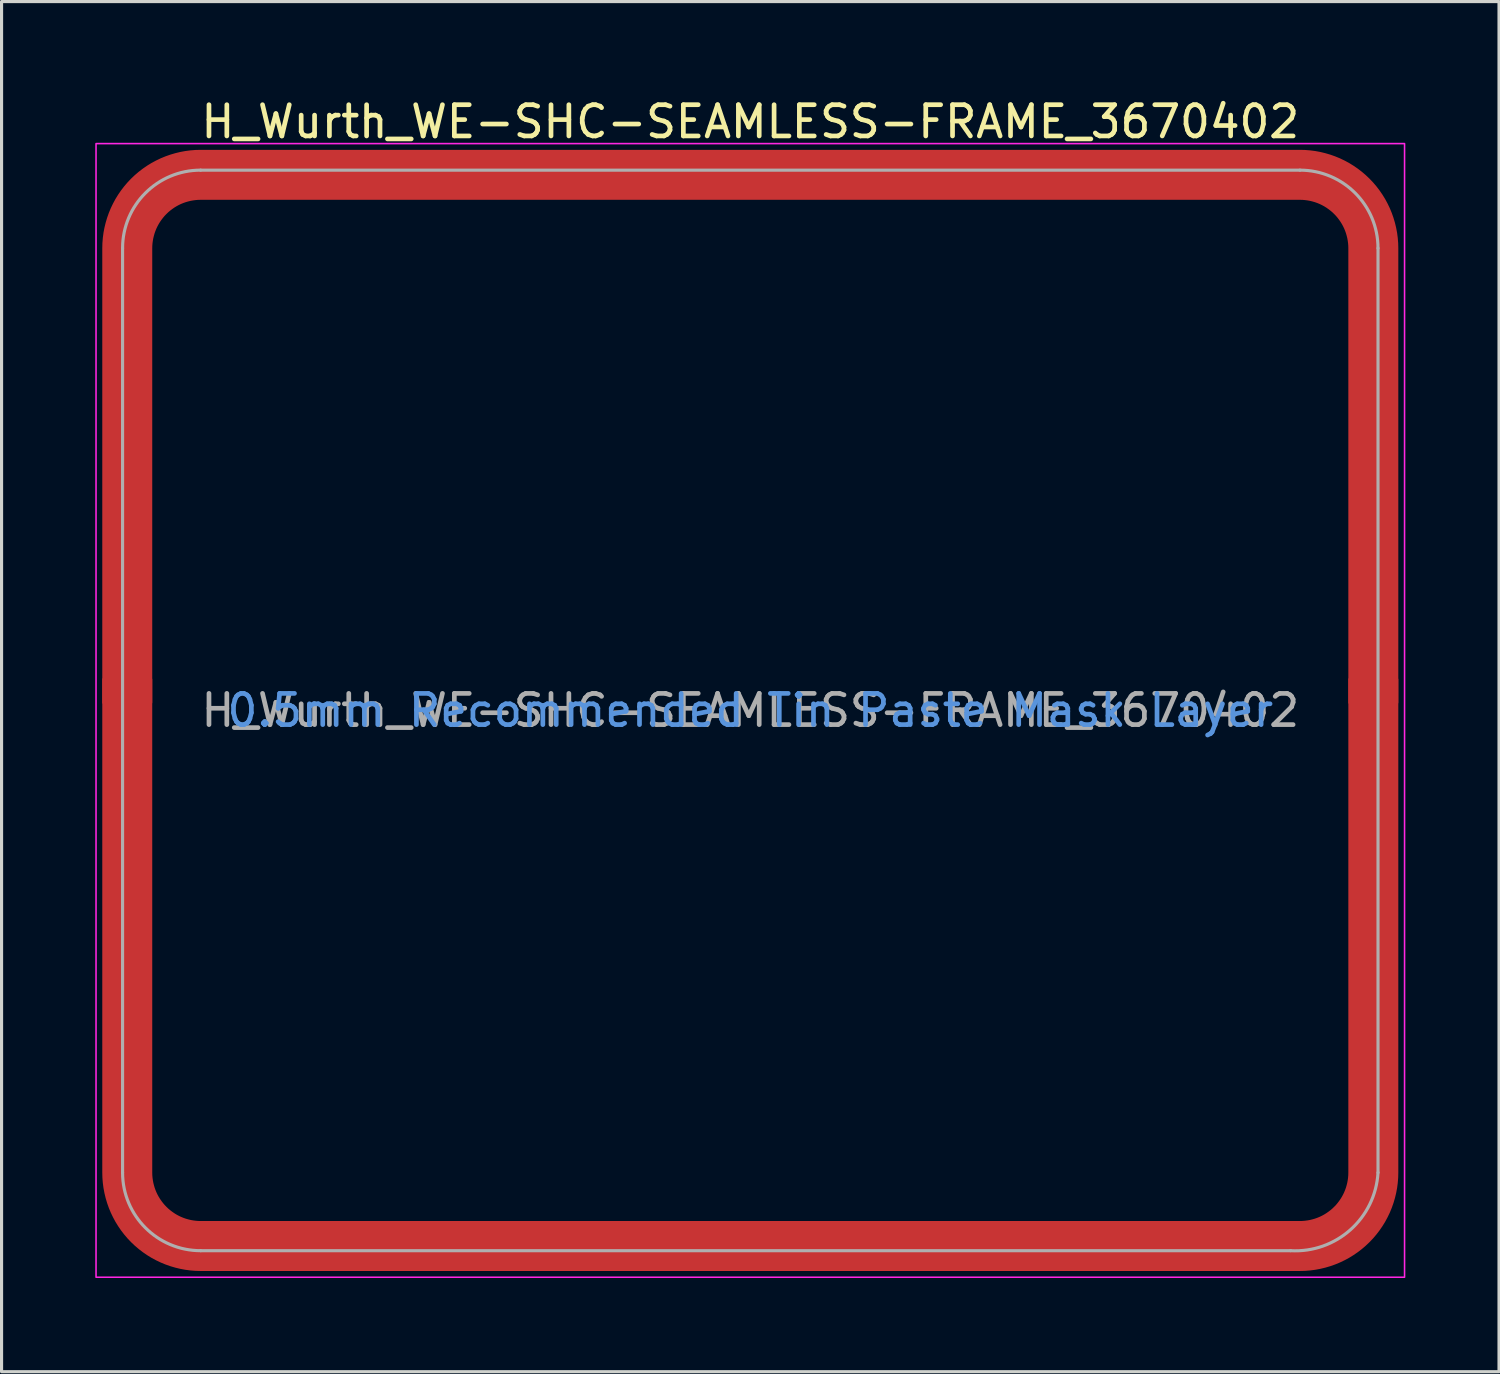
<source format=kicad_pcb>
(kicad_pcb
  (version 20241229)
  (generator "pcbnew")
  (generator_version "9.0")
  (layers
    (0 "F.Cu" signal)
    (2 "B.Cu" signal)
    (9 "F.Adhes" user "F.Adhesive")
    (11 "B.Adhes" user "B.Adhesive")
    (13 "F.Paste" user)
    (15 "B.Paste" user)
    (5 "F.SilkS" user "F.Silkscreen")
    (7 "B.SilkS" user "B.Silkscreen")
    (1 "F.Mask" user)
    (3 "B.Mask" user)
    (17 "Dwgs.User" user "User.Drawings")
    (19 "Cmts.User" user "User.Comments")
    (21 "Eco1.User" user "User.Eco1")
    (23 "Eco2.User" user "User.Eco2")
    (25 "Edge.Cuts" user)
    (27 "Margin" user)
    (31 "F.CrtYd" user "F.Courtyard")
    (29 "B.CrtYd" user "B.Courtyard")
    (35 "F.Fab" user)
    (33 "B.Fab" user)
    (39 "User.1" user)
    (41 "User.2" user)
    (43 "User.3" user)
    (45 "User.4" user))
  (footprint "H_Wurth_WE-SHC-SEAMLESS-FRAME_3670402"
    (layer "F.Cu")
    (at 20.975 19.698)
    (property "Reference" "H_Wurth_WE-SHC-SEAMLESS-FRAME_3670402" (at 0 -18.85 0) (unlocked yes) (layer "F.SilkS") (effects (font (size 1 1) (thickness 0.15))))
    (attr smd)
    (fp_poly (pts (xy -19.2 -0.25) (xy -20.7 -0.25) (xy -20.7 -14.8) (xy -20.696 -14.962) (xy -20.683 -15.124) (xy -20.662 -15.285) (xy -20.632 -15.445) (xy -20.594 -15.602) (xy -20.548 -15.758) (xy -20.494 -15.911) (xy -20.432 -16.061) (xy -20.362 -16.207) (xy -20.285 -16.35) (xy -20.2 -16.488) (xy -20.108 -16.622) (xy -20.009 -16.751) (xy -19.904 -16.874) (xy -19.792 -16.992) (xy -19.674 -17.104) (xy -19.551 -17.209) (xy -19.422 -17.308) (xy -19.288 -17.4) (xy -19.15 -17.485) (xy -19.007 -17.562) (xy -18.861 -17.632) (xy -18.711 -17.694) (xy -18.558 -17.748) (xy -18.402 -17.794) (xy -18.245 -17.832) (xy -18.085 -17.862) (xy -17.924 -17.883) (xy -17.762 -17.896) (xy -17.6 -17.9) (xy 17.6 -17.9) (xy 17.762 -17.896) (xy 17.924 -17.883) (xy 18.085 -17.862) (xy 18.245 -17.832) (xy 18.402 -17.794) (xy 18.558 -17.748) (xy 18.711 -17.694) (xy 18.861 -17.632) (xy 19.007 -17.562) (xy 19.15 -17.485) (xy 19.288 -17.4) (xy 19.422 -17.308) (xy 19.551 -17.209) (xy 19.674 -17.104) (xy 19.792 -16.992) (xy 19.904 -16.874) (xy 20.009 -16.751) (xy 20.108 -16.622) (xy 20.2 -16.488) (xy 20.285 -16.35) (xy 20.362 -16.207) (xy 20.432 -16.061) (xy 20.494 -15.911) (xy 20.548 -15.758) (xy 20.594 -15.602) (xy 20.632 -15.445) (xy 20.662 -15.285) (xy 20.683 -15.124) (xy 20.696 -14.962) (xy 20.7 -14.8) (xy 20.7 -0.25) (xy 19.2 -0.25) (xy 19.2 -14.8) (xy 19.198 -14.884) (xy 19.191 -14.967) (xy 19.18 -15.05) (xy 19.165 -15.133) (xy 19.145 -15.214) (xy 19.122 -15.294) (xy 19.094 -15.373) (xy 19.062 -15.451) (xy 19.026 -15.526) (xy 18.986 -15.6) (xy 18.942 -15.671) (xy 18.894 -15.74) (xy 18.843 -15.807) (xy 18.789 -15.871) (xy 18.731 -15.931) (xy 18.671 -15.989) (xy 18.607 -16.043) (xy 18.54 -16.094) (xy 18.471 -16.142) (xy 18.4 -16.186) (xy 18.326 -16.226) (xy 18.251 -16.262) (xy 18.173 -16.294) (xy 18.094 -16.322) (xy 18.014 -16.345) (xy 17.933 -16.365) (xy 17.85 -16.38) (xy 17.767 -16.391) (xy 17.684 -16.398) (xy 17.6 -16.4) (xy -17.6 -16.4) (xy -17.684 -16.398) (xy -17.767 -16.391) (xy -17.85 -16.38) (xy -17.933 -16.365) (xy -18.014 -16.345) (xy -18.094 -16.322) (xy -18.173 -16.294) (xy -18.251 -16.262) (xy -18.326 -16.226) (xy -18.4 -16.186) (xy -18.471 -16.142) (xy -18.54 -16.094) (xy -18.607 -16.043) (xy -18.671 -15.989) (xy -18.731 -15.931) (xy -18.789 -15.871) (xy -18.843 -15.807) (xy -18.894 -15.74) (xy -18.942 -15.671) (xy -18.986 -15.6) (xy -19.026 -15.526) (xy -19.062 -15.451) (xy -19.094 -15.373) (xy -19.122 -15.294) (xy -19.145 -15.214) (xy -19.165 -15.133) (xy -19.18 -15.05) (xy -19.191 -14.967) (xy -19.198 -14.884) (xy -19.2 -14.8) (xy -19.2 -0.25)) (stroke (width 0.1) (type solid)) (fill yes) (layer "F.Cu"))
    (fp_poly (pts (xy -19.2 -0.25) (xy -20.7 -0.25) (xy -20.7 -14.8) (xy -20.696 -14.962) (xy -20.683 -15.124) (xy -20.662 -15.285) (xy -20.632 -15.445) (xy -20.594 -15.602) (xy -20.548 -15.758) (xy -20.494 -15.911) (xy -20.432 -16.061) (xy -20.362 -16.207) (xy -20.285 -16.35) (xy -20.2 -16.488) (xy -20.108 -16.622) (xy -20.009 -16.751) (xy -19.904 -16.874) (xy -19.792 -16.992) (xy -19.674 -17.104) (xy -19.551 -17.209) (xy -19.422 -17.308) (xy -19.288 -17.4) (xy -19.15 -17.485) (xy -19.007 -17.562) (xy -18.861 -17.632) (xy -18.711 -17.694) (xy -18.558 -17.748) (xy -18.402 -17.794) (xy -18.245 -17.832) (xy -18.085 -17.862) (xy -17.924 -17.883) (xy -17.762 -17.896) (xy -17.6 -17.9) (xy 17.6 -17.9) (xy 17.762 -17.896) (xy 17.924 -17.883) (xy 18.085 -17.862) (xy 18.245 -17.832) (xy 18.402 -17.794) (xy 18.558 -17.748) (xy 18.711 -17.694) (xy 18.861 -17.632) (xy 19.007 -17.562) (xy 19.15 -17.485) (xy 19.288 -17.4) (xy 19.422 -17.308) (xy 19.551 -17.209) (xy 19.674 -17.104) (xy 19.792 -16.992) (xy 19.904 -16.874) (xy 20.009 -16.751) (xy 20.108 -16.622) (xy 20.2 -16.488) (xy 20.285 -16.35) (xy 20.362 -16.207) (xy 20.432 -16.061) (xy 20.494 -15.911) (xy 20.548 -15.758) (xy 20.594 -15.602) (xy 20.632 -15.445) (xy 20.662 -15.285) (xy 20.683 -15.124) (xy 20.696 -14.962) (xy 20.7 -14.8) (xy 20.7 -0.25) (xy 19.2 -0.25) (xy 19.2 -14.8) (xy 19.198 -14.884) (xy 19.191 -14.967) (xy 19.18 -15.05) (xy 19.165 -15.133) (xy 19.145 -15.214) (xy 19.122 -15.294) (xy 19.094 -15.373) (xy 19.062 -15.451) (xy 19.026 -15.526) (xy 18.986 -15.6) (xy 18.942 -15.671) (xy 18.894 -15.74) (xy 18.843 -15.807) (xy 18.789 -15.871) (xy 18.731 -15.931) (xy 18.671 -15.989) (xy 18.607 -16.043) (xy 18.54 -16.094) (xy 18.471 -16.142) (xy 18.4 -16.186) (xy 18.326 -16.226) (xy 18.251 -16.262) (xy 18.173 -16.294) (xy 18.094 -16.322) (xy 18.014 -16.345) (xy 17.933 -16.365) (xy 17.85 -16.38) (xy 17.767 -16.391) (xy 17.684 -16.398) (xy 17.6 -16.4) (xy -17.6 -16.4) (xy -17.684 -16.398) (xy -17.767 -16.391) (xy -17.85 -16.38) (xy -17.933 -16.365) (xy -18.014 -16.345) (xy -18.094 -16.322) (xy -18.173 -16.294) (xy -18.251 -16.262) (xy -18.326 -16.226) (xy -18.4 -16.186) (xy -18.471 -16.142) (xy -18.54 -16.094) (xy -18.607 -16.043) (xy -18.671 -15.989) (xy -18.731 -15.931) (xy -18.789 -15.871) (xy -18.843 -15.807) (xy -18.894 -15.74) (xy -18.942 -15.671) (xy -18.986 -15.6) (xy -19.026 -15.526) (xy -19.062 -15.451) (xy -19.094 -15.373) (xy -19.122 -15.294) (xy -19.145 -15.214) (xy -19.165 -15.133) (xy -19.18 -15.05) (xy -19.191 -14.967) (xy -19.198 -14.884) (xy -19.2 -14.8) (xy -19.2 -0.25)) (stroke (width 0.1) (type solid)) (fill yes) (layer "F.Mask"))
    (fp_poly (pts (xy -19.2 -0.25) (xy -20.7 -0.25) (xy -20.7 -14.8) (xy -20.696 -14.962) (xy -20.683 -15.124) (xy -20.662 -15.285) (xy -20.632 -15.445) (xy -20.594 -15.602) (xy -20.548 -15.758) (xy -20.494 -15.911) (xy -20.432 -16.061) (xy -20.362 -16.207) (xy -20.285 -16.35) (xy -20.2 -16.488) (xy -20.108 -16.622) (xy -20.009 -16.751) (xy -19.904 -16.874) (xy -19.792 -16.992) (xy -19.674 -17.104) (xy -19.551 -17.209) (xy -19.422 -17.308) (xy -19.288 -17.4) (xy -19.15 -17.485) (xy -19.007 -17.562) (xy -18.861 -17.632) (xy -18.711 -17.694) (xy -18.558 -17.748) (xy -18.402 -17.794) (xy -18.245 -17.832) (xy -18.085 -17.862) (xy -17.924 -17.883) (xy -17.762 -17.896) (xy -17.6 -17.9) (xy 17.6 -17.9) (xy 17.762 -17.896) (xy 17.924 -17.883) (xy 18.085 -17.862) (xy 18.245 -17.832) (xy 18.402 -17.794) (xy 18.558 -17.748) (xy 18.711 -17.694) (xy 18.861 -17.632) (xy 19.007 -17.562) (xy 19.15 -17.485) (xy 19.288 -17.4) (xy 19.422 -17.308) (xy 19.551 -17.209) (xy 19.674 -17.104) (xy 19.792 -16.992) (xy 19.904 -16.874) (xy 20.009 -16.751) (xy 20.108 -16.622) (xy 20.2 -16.488) (xy 20.285 -16.35) (xy 20.362 -16.207) (xy 20.432 -16.061) (xy 20.494 -15.911) (xy 20.548 -15.758) (xy 20.594 -15.602) (xy 20.632 -15.445) (xy 20.662 -15.285) (xy 20.683 -15.124) (xy 20.696 -14.962) (xy 20.7 -14.8) (xy 20.7 -0.25) (xy 19.2 -0.25) (xy 19.2 -14.8) (xy 19.198 -14.884) (xy 19.191 -14.967) (xy 19.18 -15.05) (xy 19.165 -15.133) (xy 19.145 -15.214) (xy 19.122 -15.294) (xy 19.094 -15.373) (xy 19.062 -15.451) (xy 19.026 -15.526) (xy 18.986 -15.6) (xy 18.942 -15.671) (xy 18.894 -15.74) (xy 18.843 -15.807) (xy 18.789 -15.871) (xy 18.731 -15.931) (xy 18.671 -15.989) (xy 18.607 -16.043) (xy 18.54 -16.094) (xy 18.471 -16.142) (xy 18.4 -16.186) (xy 18.326 -16.226) (xy 18.251 -16.262) (xy 18.173 -16.294) (xy 18.094 -16.322) (xy 18.014 -16.345) (xy 17.933 -16.365) (xy 17.85 -16.38) (xy 17.767 -16.391) (xy 17.684 -16.398) (xy 17.6 -16.4) (xy -17.6 -16.4) (xy -17.684 -16.398) (xy -17.767 -16.391) (xy -17.85 -16.38) (xy -17.933 -16.365) (xy -18.014 -16.345) (xy -18.094 -16.322) (xy -18.173 -16.294) (xy -18.251 -16.262) (xy -18.326 -16.226) (xy -18.4 -16.186) (xy -18.471 -16.142) (xy -18.54 -16.094) (xy -18.607 -16.043) (xy -18.671 -15.989) (xy -18.731 -15.931) (xy -18.789 -15.871) (xy -18.843 -15.807) (xy -18.894 -15.74) (xy -18.942 -15.671) (xy -18.986 -15.6) (xy -19.026 -15.526) (xy -19.062 -15.451) (xy -19.094 -15.373) (xy -19.122 -15.294) (xy -19.145 -15.214) (xy -19.165 -15.133) (xy -19.18 -15.05) (xy -19.191 -14.967) (xy -19.198 -14.884) (xy -19.2 -14.8) (xy -19.2 -0.25)) (stroke (width 0.1) (type solid)) (fill yes) (layer "F.Paste"))
    (fp_rect (start -20.95 -18.15) (end 20.95 18.15) (stroke (width 0.05) (type solid)) (fill no) (layer "F.CrtYd"))
    (fp_line (start -20.1 14.8) (end -20.1 -14.8) (stroke (width 0.1) (type solid)) (layer "F.Fab"))
    (fp_line (start -17.6 -17.3) (end 17.6 -17.3) (stroke (width 0.1) (type solid)) (layer "F.Fab"))
    (fp_line (start -17.6 17.3) (end 17.3 17.3) (stroke (width 0.1) (type solid)) (layer "F.Fab"))
    (fp_line (start 20.1 14.8) (end 20.1 -14.8) (stroke (width 0.1) (type solid)) (layer "F.Fab"))
    (fp_arc (start -20.1 -14.8) (mid -19.367767 -16.567766) (end -17.600001 -17.299999) (stroke (width 0.1) (type default)) (layer "F.Fab"))
    (fp_arc (start -17.6 17.3) (mid -19.367766 16.567767) (end -20.099999 14.800001) (stroke (width 0.1) (type default)) (layer "F.Fab"))
    (fp_arc (start 17.6 -17.3) (mid 19.367766 -16.567767) (end 20.099999 -14.800001) (stroke (width 0.1) (type default)) (layer "F.Fab"))
    (fp_arc (start 20.1 14.8) (mid 19.217767 16.629898) (end 17.300001 17.299999) (stroke (width 0.1) (type default)) (layer "F.Fab"))
    (fp_text user "0.5mm Recommended Tin Paste Mask Layer" (at 0 0 0) (unlocked yes) (layer "Cmts.User") (effects (font (size 1 1) (thickness 0.15))))
    (fp_text user "${REFERENCE}" (at 0 0 0) (unlocked yes) (layer "F.Fab") (effects (font (size 1 1) (thickness 0.15))))
    (pad "1" smd custom (at 19.95 0) (size 1.5 29.6) (layers "F.Cu" "F.Mask" "F.Paste") (options (anchor rect)) (primitives (gr_poly (pts (xy -0.75 -1) (xy 0.75 -1) (xy 0.75 14.8) (xy 0.746 14.962) (xy 0.733 15.124) (xy 0.712 15.285) (xy 0.682 15.445) (xy 0.644 15.602) (xy 0.598 15.758) (xy 0.544 15.911) (xy 0.482 16.061) (xy 0.412 16.207) (xy 0.335 16.35) (xy 0.25 16.488) (xy 0.158 16.622) (xy 0.059 16.751) (xy -0.046 16.874) (xy -0.158 16.992) (xy -0.276 17.104) (xy -0.399 17.209) (xy -0.528 17.308) (xy -0.662 17.4) (xy -0.8 17.485) (xy -0.943 17.562) (xy -1.089 17.632) (xy -1.239 17.694) (xy -1.392 17.748) (xy -1.548 17.794) (xy -1.705 17.832) (xy -1.865 17.862) (xy -2.026 17.883) (xy -2.188 17.896) (xy -2.35 17.9) (xy -37.55 17.9) (xy -37.712 17.896) (xy -37.874 17.883) (xy -38.035 17.862) (xy -38.195 17.832) (xy -38.352 17.794) (xy -38.508 17.748) (xy -38.661 17.694) (xy -38.811 17.632) (xy -38.957 17.562) (xy -39.1 17.485) (xy -39.238 17.4) (xy -39.372 17.308) (xy -39.501 17.209) (xy -39.624 17.104) (xy -39.742 16.992) (xy -39.854 16.874) (xy -39.959 16.751) (xy -40.058 16.622) (xy -40.15 16.488) (xy -40.235 16.35) (xy -40.312 16.207) (xy -40.382 16.061) (xy -40.444 15.911) (xy -40.498 15.758) (xy -40.544 15.602) (xy -40.582 15.445) (xy -40.612 15.285) (xy -40.633 15.124) (xy -40.646 14.962) (xy -40.65 14.8) (xy -40.65 -1) (xy -39.15 -1) (xy -39.15 14.8) (xy -39.148 14.884) (xy -39.141 14.967) (xy -39.13 15.05) (xy -39.115 15.133) (xy -39.095 15.214) (xy -39.072 15.294) (xy -39.044 15.373) (xy -39.012 15.451) (xy -38.976 15.526) (xy -38.936 15.6) (xy -38.892 15.671) (xy -38.844 15.74) (xy -38.793 15.807) (xy -38.739 15.871) (xy -38.681 15.931) (xy -38.621 15.989) (xy -38.557 16.043) (xy -38.49 16.094) (xy -38.421 16.142) (xy -38.35 16.186) (xy -38.276 16.226) (xy -38.201 16.262) (xy -38.123 16.294) (xy -38.044 16.322) (xy -37.964 16.345) (xy -37.883 16.365) (xy -37.8 16.38) (xy -37.717 16.391) (xy -37.634 16.398) (xy -37.55 16.4) (xy -2.35 16.4) (xy -2.266 16.398) (xy -2.183 16.391) (xy -2.1 16.38) (xy -2.017 16.365) (xy -1.936 16.345) (xy -1.856 16.322) (xy -1.777 16.294) (xy -1.699 16.262) (xy -1.624 16.226) (xy -1.55 16.186) (xy -1.479 16.142) (xy -1.41 16.094) (xy -1.343 16.043) (xy -1.279 15.989) (xy -1.219 15.931) (xy -1.161 15.871) (xy -1.107 15.807) (xy -1.056 15.74) (xy -1.008 15.671) (xy -0.964 15.6) (xy -0.924 15.526) (xy -0.888 15.451) (xy -0.856 15.373) (xy -0.828 15.294) (xy -0.805 15.214) (xy -0.785 15.133) (xy -0.77 15.05) (xy -0.759 14.967) (xy -0.752 14.884) (xy -0.75 14.8) (xy -0.75 -1)) (width 0.1) (fill yes)))))
  (gr_rect
    (start -3 -3)
    (end 44.95 40.873)
    (stroke (width 0.1) (type default))
    (fill no)
    (layer "Edge.Cuts")))
</source>
